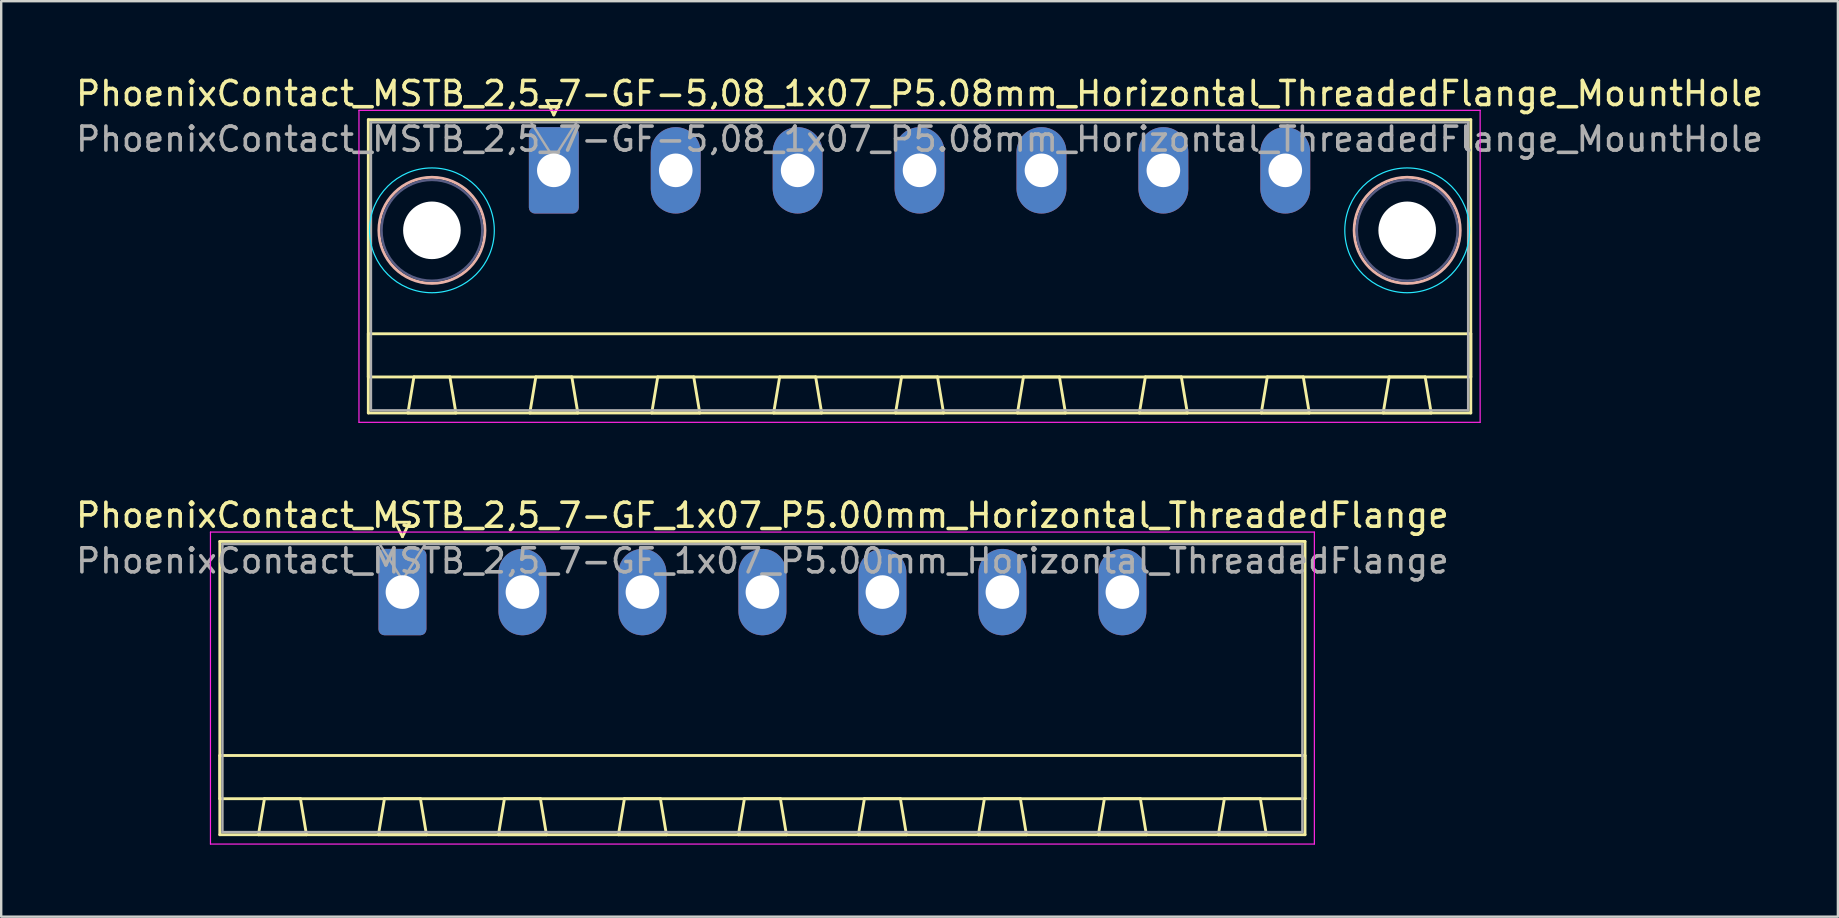
<source format=kicad_pcb>
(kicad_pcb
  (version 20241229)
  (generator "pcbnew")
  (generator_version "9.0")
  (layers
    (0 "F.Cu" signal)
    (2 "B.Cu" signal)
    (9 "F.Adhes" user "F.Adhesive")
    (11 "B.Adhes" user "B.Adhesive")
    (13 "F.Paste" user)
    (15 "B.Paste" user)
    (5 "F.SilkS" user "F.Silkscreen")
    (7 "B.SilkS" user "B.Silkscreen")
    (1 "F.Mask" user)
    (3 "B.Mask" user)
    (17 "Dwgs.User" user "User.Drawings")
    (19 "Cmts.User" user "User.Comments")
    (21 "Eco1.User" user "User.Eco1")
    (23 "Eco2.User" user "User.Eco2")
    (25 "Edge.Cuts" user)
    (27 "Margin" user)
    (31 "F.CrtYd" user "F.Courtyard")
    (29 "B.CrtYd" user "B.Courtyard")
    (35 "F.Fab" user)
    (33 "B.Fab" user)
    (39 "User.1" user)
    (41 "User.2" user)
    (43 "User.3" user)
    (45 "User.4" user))
  (footprint "PhoenixContact_MSTB_2,5_7-GF-5,08_1x07_P5.08mm_Horizontal_ThreadedFlange_MountHole"
    (layer "F.Cu")
    (at 20.028 4.048)
    (property "Reference" "PhoenixContact_MSTB_2,5_7-GF-5,08_1x07_P5.08mm_Horizontal_ThreadedFlange_MountHole" (at 15.24 -3.2 0) (layer "F.SilkS") (effects (font (size 1 1) (thickness 0.15))))
    (attr through_hole)
    (fp_line (start -7.73 -2.11) (end -7.73 10.11) (stroke (width 0.12) (type solid)) (layer "F.SilkS"))
    (fp_line (start -7.73 6.81) (end 38.21 6.81) (stroke (width 0.12) (type solid)) (layer "F.SilkS"))
    (fp_line (start -7.73 8.61) (end -7.73 6.81) (stroke (width 0.12) (type solid)) (layer "F.SilkS"))
    (fp_line (start -7.73 10.11) (end 38.21 10.11) (stroke (width 0.12) (type solid)) (layer "F.SilkS"))
    (fp_line (start -6.08 10.11) (end -4.08 10.11) (stroke (width 0.12) (type solid)) (layer "F.SilkS"))
    (fp_line (start -5.83 8.61) (end -6.08 10.11) (stroke (width 0.12) (type solid)) (layer "F.SilkS"))
    (fp_line (start -4.33 8.61) (end -5.83 8.61) (stroke (width 0.12) (type solid)) (layer "F.SilkS"))
    (fp_line (start -4.08 10.11) (end -4.33 8.61) (stroke (width 0.12) (type solid)) (layer "F.SilkS"))
    (fp_line (start -1 10.11) (end 1 10.11) (stroke (width 0.12) (type solid)) (layer "F.SilkS"))
    (fp_line (start -0.75 8.61) (end -1 10.11) (stroke (width 0.12) (type solid)) (layer "F.SilkS"))
    (fp_line (start -0.3 -2.91) (end 0.3 -2.91) (stroke (width 0.12) (type solid)) (layer "F.SilkS"))
    (fp_line (start 0 -2.31) (end -0.3 -2.91) (stroke (width 0.12) (type solid)) (layer "F.SilkS"))
    (fp_line (start 0.3 -2.91) (end 0 -2.31) (stroke (width 0.12) (type solid)) (layer "F.SilkS"))
    (fp_line (start 0.75 8.61) (end -0.75 8.61) (stroke (width 0.12) (type solid)) (layer "F.SilkS"))
    (fp_line (start 1 10.11) (end 0.75 8.61) (stroke (width 0.12) (type solid)) (layer "F.SilkS"))
    (fp_line (start 4.08 10.11) (end 6.08 10.11) (stroke (width 0.12) (type solid)) (layer "F.SilkS"))
    (fp_line (start 4.33 8.61) (end 4.08 10.11) (stroke (width 0.12) (type solid)) (layer "F.SilkS"))
    (fp_line (start 5.83 8.61) (end 4.33 8.61) (stroke (width 0.12) (type solid)) (layer "F.SilkS"))
    (fp_line (start 6.08 10.11) (end 5.83 8.61) (stroke (width 0.12) (type solid)) (layer "F.SilkS"))
    (fp_line (start 9.16 10.11) (end 11.16 10.11) (stroke (width 0.12) (type solid)) (layer "F.SilkS"))
    (fp_line (start 9.41 8.61) (end 9.16 10.11) (stroke (width 0.12) (type solid)) (layer "F.SilkS"))
    (fp_line (start 10.91 8.61) (end 9.41 8.61) (stroke (width 0.12) (type solid)) (layer "F.SilkS"))
    (fp_line (start 11.16 10.11) (end 10.91 8.61) (stroke (width 0.12) (type solid)) (layer "F.SilkS"))
    (fp_line (start 14.24 10.11) (end 16.24 10.11) (stroke (width 0.12) (type solid)) (layer "F.SilkS"))
    (fp_line (start 14.49 8.61) (end 14.24 10.11) (stroke (width 0.12) (type solid)) (layer "F.SilkS"))
    (fp_line (start 15.99 8.61) (end 14.49 8.61) (stroke (width 0.12) (type solid)) (layer "F.SilkS"))
    (fp_line (start 16.24 10.11) (end 15.99 8.61) (stroke (width 0.12) (type solid)) (layer "F.SilkS"))
    (fp_line (start 19.32 10.11) (end 21.32 10.11) (stroke (width 0.12) (type solid)) (layer "F.SilkS"))
    (fp_line (start 19.57 8.61) (end 19.32 10.11) (stroke (width 0.12) (type solid)) (layer "F.SilkS"))
    (fp_line (start 21.07 8.61) (end 19.57 8.61) (stroke (width 0.12) (type solid)) (layer "F.SilkS"))
    (fp_line (start 21.32 10.11) (end 21.07 8.61) (stroke (width 0.12) (type solid)) (layer "F.SilkS"))
    (fp_line (start 24.4 10.11) (end 26.4 10.11) (stroke (width 0.12) (type solid)) (layer "F.SilkS"))
    (fp_line (start 24.65 8.61) (end 24.4 10.11) (stroke (width 0.12) (type solid)) (layer "F.SilkS"))
    (fp_line (start 26.15 8.61) (end 24.65 8.61) (stroke (width 0.12) (type solid)) (layer "F.SilkS"))
    (fp_line (start 26.4 10.11) (end 26.15 8.61) (stroke (width 0.12) (type solid)) (layer "F.SilkS"))
    (fp_line (start 29.48 10.11) (end 31.48 10.11) (stroke (width 0.12) (type solid)) (layer "F.SilkS"))
    (fp_line (start 29.73 8.61) (end 29.48 10.11) (stroke (width 0.12) (type solid)) (layer "F.SilkS"))
    (fp_line (start 31.23 8.61) (end 29.73 8.61) (stroke (width 0.12) (type solid)) (layer "F.SilkS"))
    (fp_line (start 31.48 10.11) (end 31.23 8.61) (stroke (width 0.12) (type solid)) (layer "F.SilkS"))
    (fp_line (start 34.56 10.11) (end 36.56 10.11) (stroke (width 0.12) (type solid)) (layer "F.SilkS"))
    (fp_line (start 34.81 8.61) (end 34.56 10.11) (stroke (width 0.12) (type solid)) (layer "F.SilkS"))
    (fp_line (start 36.31 8.61) (end 34.81 8.61) (stroke (width 0.12) (type solid)) (layer "F.SilkS"))
    (fp_line (start 36.56 10.11) (end 36.31 8.61) (stroke (width 0.12) (type solid)) (layer "F.SilkS"))
    (fp_line (start 38.21 -2.11) (end -7.73 -2.11) (stroke (width 0.12) (type solid)) (layer "F.SilkS"))
    (fp_line (start 38.21 6.81) (end 38.21 8.61) (stroke (width 0.12) (type solid)) (layer "F.SilkS"))
    (fp_line (start 38.21 8.61) (end -7.73 8.61) (stroke (width 0.12) (type solid)) (layer "F.SilkS"))
    (fp_line (start 38.21 10.11) (end 38.21 -2.11) (stroke (width 0.12) (type solid)) (layer "F.SilkS"))
    (fp_circle (center -5.08 2.5) (end -2.87 2.5) (stroke (width 0.12) (type solid)) (fill no) (layer "B.SilkS"))
    (fp_circle (center 35.56 2.5) (end 37.77 2.5) (stroke (width 0.12) (type solid)) (fill no) (layer "B.SilkS"))
    (fp_circle (center -5.08 2.5) (end -2.48 2.5) (stroke (width 0.05) (type solid)) (fill no) (layer "B.CrtYd"))
    (fp_circle (center 35.56 2.5) (end 38.16 2.5) (stroke (width 0.05) (type solid)) (fill no) (layer "B.CrtYd"))
    (fp_line (start -8.12 -2.5) (end -8.12 10.5) (stroke (width 0.05) (type solid)) (layer "F.CrtYd"))
    (fp_line (start -8.12 10.5) (end 38.6 10.5) (stroke (width 0.05) (type solid)) (layer "F.CrtYd"))
    (fp_line (start 38.6 -2.5) (end -8.12 -2.5) (stroke (width 0.05) (type solid)) (layer "F.CrtYd"))
    (fp_line (start 38.6 10.5) (end 38.6 -2.5) (stroke (width 0.05) (type solid)) (layer "F.CrtYd"))
    (fp_circle (center -5.08 2.5) (end -2.98 2.5) (stroke (width 0.1) (type solid)) (fill no) (layer "B.Fab"))
    (fp_circle (center 35.56 2.5) (end 37.66 2.5) (stroke (width 0.1) (type solid)) (fill no) (layer "B.Fab"))
    (fp_line (start -7.62 -2) (end -7.62 10) (stroke (width 0.1) (type solid)) (layer "F.Fab"))
    (fp_line (start -7.62 10) (end 38.1 10) (stroke (width 0.1) (type solid)) (layer "F.Fab"))
    (fp_line (start 0 -0.5) (end -0.95 -2) (stroke (width 0.1) (type solid)) (layer "F.Fab"))
    (fp_line (start 0.95 -2) (end 0 -0.5) (stroke (width 0.1) (type solid)) (layer "F.Fab"))
    (fp_line (start 38.1 -2) (end -7.62 -2) (stroke (width 0.1) (type solid)) (layer "F.Fab"))
    (fp_line (start 38.1 10) (end 38.1 -2) (stroke (width 0.1) (type solid)) (layer "F.Fab"))
    (fp_text user "${REFERENCE}" (at 15.24 -1.3 0) (layer "F.Fab") (effects (font (size 1 1) (thickness 0.15))))
    (pad "" np_thru_hole circle (at -5.08 2.5) (size 2.4 2.4) (drill 2.4) (layers "*.Cu" "*.Mask"))
    (pad "" np_thru_hole circle (at 35.56 2.5) (size 2.4 2.4) (drill 2.4) (layers "*.Cu" "*.Mask"))
    (pad "1" thru_hole roundrect (at 0 0) (size 2.08 3.6) (drill 1.4) (layers "*.Cu" "*.Mask") (roundrect_rratio 0.12))
    (pad "2" thru_hole oval (at 5.08 0) (size 2.08 3.6) (drill 1.4) (layers "*.Cu" "*.Mask"))
    (pad "3" thru_hole oval (at 10.16 0) (size 2.08 3.6) (drill 1.4) (layers "*.Cu" "*.Mask"))
    (pad "4" thru_hole oval (at 15.24 0) (size 2.08 3.6) (drill 1.4) (layers "*.Cu" "*.Mask"))
    (pad "5" thru_hole oval (at 20.32 0) (size 2.08 3.6) (drill 1.4) (layers "*.Cu" "*.Mask"))
    (pad "6" thru_hole oval (at 25.4 0) (size 2.08 3.6) (drill 1.4) (layers "*.Cu" "*.Mask"))
    (pad "7" thru_hole oval (at 30.48 0) (size 2.08 3.6) (drill 1.4) (layers "*.Cu" "*.Mask")))
  (footprint "PhoenixContact_MSTB_2,5_7-GF_1x07_P5.00mm_Horizontal_ThreadedFlange"
    (layer "F.Cu")
    (at 13.72 21.622)
    (property "Reference" "PhoenixContact_MSTB_2,5_7-GF_1x07_P5.00mm_Horizontal_ThreadedFlange" (at 15 -3.2 0) (layer "F.SilkS") (effects (font (size 1 1) (thickness 0.15))))
    (attr through_hole)
    (fp_line (start -7.61 -2.11) (end -7.61 10.11) (stroke (width 0.12) (type solid)) (layer "F.SilkS"))
    (fp_line (start -7.61 6.81) (end 37.61 6.81) (stroke (width 0.12) (type solid)) (layer "F.SilkS"))
    (fp_line (start -7.61 8.61) (end -7.61 6.81) (stroke (width 0.12) (type solid)) (layer "F.SilkS"))
    (fp_line (start -7.61 10.11) (end 37.61 10.11) (stroke (width 0.12) (type solid)) (layer "F.SilkS"))
    (fp_line (start -6 10.11) (end -4 10.11) (stroke (width 0.12) (type solid)) (layer "F.SilkS"))
    (fp_line (start -5.75 8.61) (end -6 10.11) (stroke (width 0.12) (type solid)) (layer "F.SilkS"))
    (fp_line (start -4.25 8.61) (end -5.75 8.61) (stroke (width 0.12) (type solid)) (layer "F.SilkS"))
    (fp_line (start -4 10.11) (end -4.25 8.61) (stroke (width 0.12) (type solid)) (layer "F.SilkS"))
    (fp_line (start -1 10.11) (end 1 10.11) (stroke (width 0.12) (type solid)) (layer "F.SilkS"))
    (fp_line (start -0.75 8.61) (end -1 10.11) (stroke (width 0.12) (type solid)) (layer "F.SilkS"))
    (fp_line (start -0.3 -2.91) (end 0.3 -2.91) (stroke (width 0.12) (type solid)) (layer "F.SilkS"))
    (fp_line (start 0 -2.31) (end -0.3 -2.91) (stroke (width 0.12) (type solid)) (layer "F.SilkS"))
    (fp_line (start 0.3 -2.91) (end 0 -2.31) (stroke (width 0.12) (type solid)) (layer "F.SilkS"))
    (fp_line (start 0.75 8.61) (end -0.75 8.61) (stroke (width 0.12) (type solid)) (layer "F.SilkS"))
    (fp_line (start 1 10.11) (end 0.75 8.61) (stroke (width 0.12) (type solid)) (layer "F.SilkS"))
    (fp_line (start 4 10.11) (end 6 10.11) (stroke (width 0.12) (type solid)) (layer "F.SilkS"))
    (fp_line (start 4.25 8.61) (end 4 10.11) (stroke (width 0.12) (type solid)) (layer "F.SilkS"))
    (fp_line (start 5.75 8.61) (end 4.25 8.61) (stroke (width 0.12) (type solid)) (layer "F.SilkS"))
    (fp_line (start 6 10.11) (end 5.75 8.61) (stroke (width 0.12) (type solid)) (layer "F.SilkS"))
    (fp_line (start 9 10.11) (end 11 10.11) (stroke (width 0.12) (type solid)) (layer "F.SilkS"))
    (fp_line (start 9.25 8.61) (end 9 10.11) (stroke (width 0.12) (type solid)) (layer "F.SilkS"))
    (fp_line (start 10.75 8.61) (end 9.25 8.61) (stroke (width 0.12) (type solid)) (layer "F.SilkS"))
    (fp_line (start 11 10.11) (end 10.75 8.61) (stroke (width 0.12) (type solid)) (layer "F.SilkS"))
    (fp_line (start 14 10.11) (end 16 10.11) (stroke (width 0.12) (type solid)) (layer "F.SilkS"))
    (fp_line (start 14.25 8.61) (end 14 10.11) (stroke (width 0.12) (type solid)) (layer "F.SilkS"))
    (fp_line (start 15.75 8.61) (end 14.25 8.61) (stroke (width 0.12) (type solid)) (layer "F.SilkS"))
    (fp_line (start 16 10.11) (end 15.75 8.61) (stroke (width 0.12) (type solid)) (layer "F.SilkS"))
    (fp_line (start 19 10.11) (end 21 10.11) (stroke (width 0.12) (type solid)) (layer "F.SilkS"))
    (fp_line (start 19.25 8.61) (end 19 10.11) (stroke (width 0.12) (type solid)) (layer "F.SilkS"))
    (fp_line (start 20.75 8.61) (end 19.25 8.61) (stroke (width 0.12) (type solid)) (layer "F.SilkS"))
    (fp_line (start 21 10.11) (end 20.75 8.61) (stroke (width 0.12) (type solid)) (layer "F.SilkS"))
    (fp_line (start 24 10.11) (end 26 10.11) (stroke (width 0.12) (type solid)) (layer "F.SilkS"))
    (fp_line (start 24.25 8.61) (end 24 10.11) (stroke (width 0.12) (type solid)) (layer "F.SilkS"))
    (fp_line (start 25.75 8.61) (end 24.25 8.61) (stroke (width 0.12) (type solid)) (layer "F.SilkS"))
    (fp_line (start 26 10.11) (end 25.75 8.61) (stroke (width 0.12) (type solid)) (layer "F.SilkS"))
    (fp_line (start 29 10.11) (end 31 10.11) (stroke (width 0.12) (type solid)) (layer "F.SilkS"))
    (fp_line (start 29.25 8.61) (end 29 10.11) (stroke (width 0.12) (type solid)) (layer "F.SilkS"))
    (fp_line (start 30.75 8.61) (end 29.25 8.61) (stroke (width 0.12) (type solid)) (layer "F.SilkS"))
    (fp_line (start 31 10.11) (end 30.75 8.61) (stroke (width 0.12) (type solid)) (layer "F.SilkS"))
    (fp_line (start 34 10.11) (end 36 10.11) (stroke (width 0.12) (type solid)) (layer "F.SilkS"))
    (fp_line (start 34.25 8.61) (end 34 10.11) (stroke (width 0.12) (type solid)) (layer "F.SilkS"))
    (fp_line (start 35.75 8.61) (end 34.25 8.61) (stroke (width 0.12) (type solid)) (layer "F.SilkS"))
    (fp_line (start 36 10.11) (end 35.75 8.61) (stroke (width 0.12) (type solid)) (layer "F.SilkS"))
    (fp_line (start 37.61 -2.11) (end -7.61 -2.11) (stroke (width 0.12) (type solid)) (layer "F.SilkS"))
    (fp_line (start 37.61 6.81) (end 37.61 8.61) (stroke (width 0.12) (type solid)) (layer "F.SilkS"))
    (fp_line (start 37.61 8.61) (end -7.61 8.61) (stroke (width 0.12) (type solid)) (layer "F.SilkS"))
    (fp_line (start 37.61 10.11) (end 37.61 -2.11) (stroke (width 0.12) (type solid)) (layer "F.SilkS"))
    (fp_line (start -8 -2.5) (end -8 10.5) (stroke (width 0.05) (type solid)) (layer "F.CrtYd"))
    (fp_line (start -8 10.5) (end 38 10.5) (stroke (width 0.05) (type solid)) (layer "F.CrtYd"))
    (fp_line (start 38 -2.5) (end -8 -2.5) (stroke (width 0.05) (type solid)) (layer "F.CrtYd"))
    (fp_line (start 38 10.5) (end 38 -2.5) (stroke (width 0.05) (type solid)) (layer "F.CrtYd"))
    (fp_line (start -7.5 -2) (end -7.5 10) (stroke (width 0.1) (type solid)) (layer "F.Fab"))
    (fp_line (start -7.5 10) (end 37.5 10) (stroke (width 0.1) (type solid)) (layer "F.Fab"))
    (fp_line (start 0 -0.5) (end -0.95 -2) (stroke (width 0.1) (type solid)) (layer "F.Fab"))
    (fp_line (start 0.95 -2) (end 0 -0.5) (stroke (width 0.1) (type solid)) (layer "F.Fab"))
    (fp_line (start 37.5 -2) (end -7.5 -2) (stroke (width 0.1) (type solid)) (layer "F.Fab"))
    (fp_line (start 37.5 10) (end 37.5 -2) (stroke (width 0.1) (type solid)) (layer "F.Fab"))
    (fp_text user "${REFERENCE}" (at 15 -1.3 0) (layer "F.Fab") (effects (font (size 1 1) (thickness 0.15))))
    (pad "1" thru_hole roundrect (at 0 0) (size 2 3.6) (drill 1.4) (layers "*.Cu" "*.Mask") (roundrect_rratio 0.125))
    (pad "2" thru_hole oval (at 5 0) (size 2 3.6) (drill 1.4) (layers "*.Cu" "*.Mask"))
    (pad "3" thru_hole oval (at 10 0) (size 2 3.6) (drill 1.4) (layers "*.Cu" "*.Mask"))
    (pad "4" thru_hole oval (at 15 0) (size 2 3.6) (drill 1.4) (layers "*.Cu" "*.Mask"))
    (pad "5" thru_hole oval (at 20 0) (size 2 3.6) (drill 1.4) (layers "*.Cu" "*.Mask"))
    (pad "6" thru_hole oval (at 25 0) (size 2 3.6) (drill 1.4) (layers "*.Cu" "*.Mask"))
    (pad "7" thru_hole oval (at 30 0) (size 2 3.6) (drill 1.4) (layers "*.Cu" "*.Mask")))
  (gr_rect
    (start -3 -3)
    (end 73.536 35.147)
    (stroke (width 0.1) (type default))
    (fill no)
    (layer "Edge.Cuts")))
</source>
